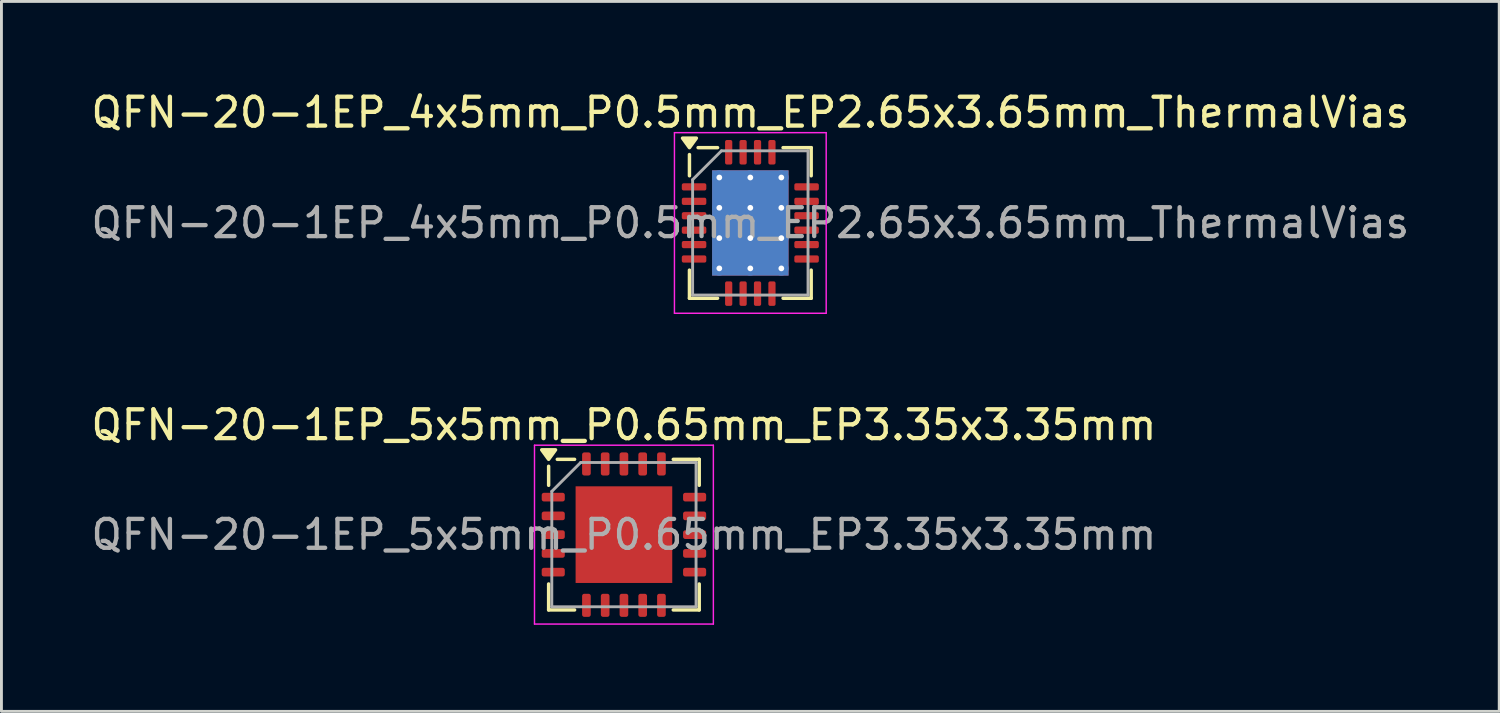
<source format=kicad_pcb>
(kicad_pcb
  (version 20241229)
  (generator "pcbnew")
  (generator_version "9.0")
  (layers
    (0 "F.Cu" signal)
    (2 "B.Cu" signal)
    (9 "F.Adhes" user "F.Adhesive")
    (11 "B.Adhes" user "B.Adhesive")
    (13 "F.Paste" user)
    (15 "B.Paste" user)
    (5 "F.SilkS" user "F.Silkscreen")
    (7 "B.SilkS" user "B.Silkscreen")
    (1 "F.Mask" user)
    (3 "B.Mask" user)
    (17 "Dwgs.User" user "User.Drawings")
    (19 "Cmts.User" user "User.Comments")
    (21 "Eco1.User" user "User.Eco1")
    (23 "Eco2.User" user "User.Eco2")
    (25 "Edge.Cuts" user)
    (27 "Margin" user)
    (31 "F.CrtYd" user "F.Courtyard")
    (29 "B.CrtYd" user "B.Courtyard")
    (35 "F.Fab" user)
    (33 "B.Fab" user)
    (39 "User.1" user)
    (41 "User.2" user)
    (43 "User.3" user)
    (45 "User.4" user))
  (footprint "QFN-20-1EP_4x5mm_P0.5mm_EP2.65x3.65mm_ThermalVias"
    (layer "F.Cu")
    (at 22.958 4.678)
    (property "Reference" "QFN-20-1EP_4x5mm_P0.5mm_EP2.65x3.65mm_ThermalVias" (at 0 -3.83 0) (layer "F.SilkS") (effects (font (size 1 1) (thickness 0.15))))
    (attr smd)
    (fp_line (start -2.11 -1.635) (end -2.11 -2.37) (stroke (width 0.12) (type solid)) (layer "F.SilkS"))
    (fp_line (start -2.11 2.61) (end -2.11 1.635) (stroke (width 0.12) (type solid)) (layer "F.SilkS"))
    (fp_line (start -1.135 -2.61) (end -1.81 -2.61) (stroke (width 0.12) (type solid)) (layer "F.SilkS"))
    (fp_line (start -1.135 2.61) (end -2.11 2.61) (stroke (width 0.12) (type solid)) (layer "F.SilkS"))
    (fp_line (start 1.135 -2.61) (end 2.11 -2.61) (stroke (width 0.12) (type solid)) (layer "F.SilkS"))
    (fp_line (start 1.135 2.61) (end 2.11 2.61) (stroke (width 0.12) (type solid)) (layer "F.SilkS"))
    (fp_line (start 2.11 -2.61) (end 2.11 -1.635) (stroke (width 0.12) (type solid)) (layer "F.SilkS"))
    (fp_line (start 2.11 2.61) (end 2.11 1.635) (stroke (width 0.12) (type solid)) (layer "F.SilkS"))
    (fp_poly (pts (xy -2.11 -2.61) (xy -2.35 -2.94) (xy -1.87 -2.94) (xy -2.11 -2.61)) (stroke (width 0.12) (type solid)) (fill yes) (layer "F.SilkS"))
    (fp_line (start -2.63 -3.13) (end -2.63 3.13) (stroke (width 0.05) (type solid)) (layer "F.CrtYd"))
    (fp_line (start -2.63 3.13) (end 2.63 3.13) (stroke (width 0.05) (type solid)) (layer "F.CrtYd"))
    (fp_line (start 2.63 -3.13) (end -2.63 -3.13) (stroke (width 0.05) (type solid)) (layer "F.CrtYd"))
    (fp_line (start 2.63 3.13) (end 2.63 -3.13) (stroke (width 0.05) (type solid)) (layer "F.CrtYd"))
    (fp_line (start -2 -1.5) (end -1 -2.5) (stroke (width 0.1) (type solid)) (layer "F.Fab"))
    (fp_line (start -2 2.5) (end -2 -1.5) (stroke (width 0.1) (type solid)) (layer "F.Fab"))
    (fp_line (start -1 -2.5) (end 2 -2.5) (stroke (width 0.1) (type solid)) (layer "F.Fab"))
    (fp_line (start 2 -2.5) (end 2 2.5) (stroke (width 0.1) (type solid)) (layer "F.Fab"))
    (fp_line (start 2 2.5) (end -2 2.5) (stroke (width 0.1) (type solid)) (layer "F.Fab"))
    (fp_text user "${REFERENCE}" (at 0 0 0) (layer "F.Fab") (effects (font (size 1 1) (thickness 0.15))))
    (pad "" smd custom (at -0.537 -1.05) (size 0.787 0.787) (layers "F.Paste") (options (anchor circle)) (primitives (gr_poly (pts (xy -0.376 -0.241) (xy -0.281 -0.336) (xy 0.281 -0.336) (xy 0.376 -0.241) (xy 0.376 0.241) (xy 0.281 0.336) (xy -0.281 0.336) (xy -0.376 0.241)) (width 0.23) (fill yes))))
    (pad "" smd custom (at -0.537 0) (size 0.787 0.787) (layers "F.Paste") (options (anchor circle)) (primitives (gr_poly (pts (xy -0.376 -0.241) (xy -0.281 -0.336) (xy 0.281 -0.336) (xy 0.376 -0.241) (xy 0.376 0.241) (xy 0.281 0.336) (xy -0.281 0.336) (xy -0.376 0.241)) (width 0.23) (fill yes))))
    (pad "" smd custom (at -0.537 1.05) (size 0.787 0.787) (layers "F.Paste") (options (anchor circle)) (primitives (gr_poly (pts (xy -0.376 -0.241) (xy -0.281 -0.336) (xy 0.281 -0.336) (xy 0.376 -0.241) (xy 0.376 0.241) (xy 0.281 0.336) (xy -0.281 0.336) (xy -0.376 0.241)) (width 0.23) (fill yes))))
    (pad "" smd custom (at 0.537 -1.05) (size 0.787 0.787) (layers "F.Paste") (options (anchor circle)) (primitives (gr_poly (pts (xy -0.376 -0.241) (xy -0.281 -0.336) (xy 0.281 -0.336) (xy 0.376 -0.241) (xy 0.376 0.241) (xy 0.281 0.336) (xy -0.281 0.336) (xy -0.376 0.241)) (width 0.23) (fill yes))))
    (pad "" smd custom (at 0.537 0) (size 0.787 0.787) (layers "F.Paste") (options (anchor circle)) (primitives (gr_poly (pts (xy -0.376 -0.241) (xy -0.281 -0.336) (xy 0.281 -0.336) (xy 0.376 -0.241) (xy 0.376 0.241) (xy 0.281 0.336) (xy -0.281 0.336) (xy -0.376 0.241)) (width 0.23) (fill yes))))
    (pad "" smd custom (at 0.537 1.05) (size 0.787 0.787) (layers "F.Paste") (options (anchor circle)) (primitives (gr_poly (pts (xy -0.376 -0.241) (xy -0.281 -0.336) (xy 0.281 -0.336) (xy 0.376 -0.241) (xy 0.376 0.241) (xy 0.281 0.336) (xy -0.281 0.336) (xy -0.376 0.241)) (width 0.23) (fill yes))))
    (pad "1" smd roundrect (at -1.95 -1.25) (size 0.85 0.25) (layers "F.Cu" "F.Mask" "F.Paste") (roundrect_rratio 0.25))
    (pad "2" smd roundrect (at -1.95 -0.75) (size 0.85 0.25) (layers "F.Cu" "F.Mask" "F.Paste") (roundrect_rratio 0.25))
    (pad "3" smd roundrect (at -1.95 -0.25) (size 0.85 0.25) (layers "F.Cu" "F.Mask" "F.Paste") (roundrect_rratio 0.25))
    (pad "4" smd roundrect (at -1.95 0.25) (size 0.85 0.25) (layers "F.Cu" "F.Mask" "F.Paste") (roundrect_rratio 0.25))
    (pad "5" smd roundrect (at -1.95 0.75) (size 0.85 0.25) (layers "F.Cu" "F.Mask" "F.Paste") (roundrect_rratio 0.25))
    (pad "6" smd roundrect (at -1.95 1.25) (size 0.85 0.25) (layers "F.Cu" "F.Mask" "F.Paste") (roundrect_rratio 0.25))
    (pad "7" smd roundrect (at -0.75 2.45) (size 0.25 0.85) (layers "F.Cu" "F.Mask" "F.Paste") (roundrect_rratio 0.25))
    (pad "8" smd roundrect (at -0.25 2.45) (size 0.25 0.85) (layers "F.Cu" "F.Mask" "F.Paste") (roundrect_rratio 0.25))
    (pad "9" smd roundrect (at 0.25 2.45) (size 0.25 0.85) (layers "F.Cu" "F.Mask" "F.Paste") (roundrect_rratio 0.25))
    (pad "10" smd roundrect (at 0.75 2.45) (size 0.25 0.85) (layers "F.Cu" "F.Mask" "F.Paste") (roundrect_rratio 0.25))
    (pad "11" smd roundrect (at 1.95 1.25) (size 0.85 0.25) (layers "F.Cu" "F.Mask" "F.Paste") (roundrect_rratio 0.25))
    (pad "12" smd roundrect (at 1.95 0.75) (size 0.85 0.25) (layers "F.Cu" "F.Mask" "F.Paste") (roundrect_rratio 0.25))
    (pad "13" smd roundrect (at 1.95 0.25) (size 0.85 0.25) (layers "F.Cu" "F.Mask" "F.Paste") (roundrect_rratio 0.25))
    (pad "14" smd roundrect (at 1.95 -0.25) (size 0.85 0.25) (layers "F.Cu" "F.Mask" "F.Paste") (roundrect_rratio 0.25))
    (pad "15" smd roundrect (at 1.95 -0.75) (size 0.85 0.25) (layers "F.Cu" "F.Mask" "F.Paste") (roundrect_rratio 0.25))
    (pad "16" smd roundrect (at 1.95 -1.25) (size 0.85 0.25) (layers "F.Cu" "F.Mask" "F.Paste") (roundrect_rratio 0.25))
    (pad "17" smd roundrect (at 0.75 -2.45) (size 0.25 0.85) (layers "F.Cu" "F.Mask" "F.Paste") (roundrect_rratio 0.25))
    (pad "18" smd roundrect (at 0.25 -2.45) (size 0.25 0.85) (layers "F.Cu" "F.Mask" "F.Paste") (roundrect_rratio 0.25))
    (pad "19" smd roundrect (at -0.25 -2.45) (size 0.25 0.85) (layers "F.Cu" "F.Mask" "F.Paste") (roundrect_rratio 0.25))
    (pad "20" smd roundrect (at -0.75 -2.45) (size 0.25 0.85) (layers "F.Cu" "F.Mask" "F.Paste") (roundrect_rratio 0.25))
    (pad "21" thru_hole circle (at -1.075 -1.575) (size 0.5 0.5) (drill 0.2) (property pad_prop_heatsink) (layers "*.Cu"))
    (pad "21" thru_hole circle (at -1.075 -0.525) (size 0.5 0.5) (drill 0.2) (property pad_prop_heatsink) (layers "*.Cu"))
    (pad "21" thru_hole circle (at -1.075 0.525) (size 0.5 0.5) (drill 0.2) (property pad_prop_heatsink) (layers "*.Cu"))
    (pad "21" thru_hole circle (at -1.075 1.575) (size 0.5 0.5) (drill 0.2) (property pad_prop_heatsink) (layers "*.Cu"))
    (pad "21" thru_hole circle (at 0 -1.575) (size 0.5 0.5) (drill 0.2) (property pad_prop_heatsink) (layers "*.Cu"))
    (pad "21" thru_hole circle (at 0 -0.525) (size 0.5 0.5) (drill 0.2) (property pad_prop_heatsink) (layers "*.Cu"))
    (pad "21" smd rect (at 0 0) (size 2.65 3.65) (property pad_prop_heatsink) (layers "F.Cu" "F.Mask"))
    (pad "21" smd rect (at 0 0) (size 2.65 3.65) (property pad_prop_heatsink) (layers "B.Cu"))
    (pad "21" thru_hole circle (at 0 0.525) (size 0.5 0.5) (drill 0.2) (property pad_prop_heatsink) (layers "*.Cu"))
    (pad "21" thru_hole circle (at 0 1.575) (size 0.5 0.5) (drill 0.2) (property pad_prop_heatsink) (layers "*.Cu"))
    (pad "21" thru_hole circle (at 1.075 -1.575) (size 0.5 0.5) (drill 0.2) (property pad_prop_heatsink) (layers "*.Cu"))
    (pad "21" thru_hole circle (at 1.075 -0.525) (size 0.5 0.5) (drill 0.2) (property pad_prop_heatsink) (layers "*.Cu"))
    (pad "21" thru_hole circle (at 1.075 0.525) (size 0.5 0.5) (drill 0.2) (property pad_prop_heatsink) (layers "*.Cu"))
    (pad "21" thru_hole circle (at 1.075 1.575) (size 0.5 0.5) (drill 0.2) (property pad_prop_heatsink) (layers "*.Cu")))
  (footprint "QFN-20-1EP_5x5mm_P0.65mm_EP3.35x3.35mm"
    (layer "F.Cu")
    (at 18.577 15.482)
    (property "Reference" "QFN-20-1EP_5x5mm_P0.65mm_EP3.35x3.35mm" (at 0 -3.8 0) (layer "F.SilkS") (effects (font (size 1 1) (thickness 0.15))))
    (attr smd)
    (fp_line (start -2.61 -1.71) (end -2.61 -2.37) (stroke (width 0.12) (type solid)) (layer "F.SilkS"))
    (fp_line (start -2.61 2.61) (end -2.61 1.71) (stroke (width 0.12) (type solid)) (layer "F.SilkS"))
    (fp_line (start -1.71 -2.61) (end -2.31 -2.61) (stroke (width 0.12) (type solid)) (layer "F.SilkS"))
    (fp_line (start -1.71 2.61) (end -2.61 2.61) (stroke (width 0.12) (type solid)) (layer "F.SilkS"))
    (fp_line (start 1.71 -2.61) (end 2.61 -2.61) (stroke (width 0.12) (type solid)) (layer "F.SilkS"))
    (fp_line (start 1.71 2.61) (end 2.61 2.61) (stroke (width 0.12) (type solid)) (layer "F.SilkS"))
    (fp_line (start 2.61 -2.61) (end 2.61 -1.71) (stroke (width 0.12) (type solid)) (layer "F.SilkS"))
    (fp_line (start 2.61 2.61) (end 2.61 1.71) (stroke (width 0.12) (type solid)) (layer "F.SilkS"))
    (fp_poly (pts (xy -2.61 -2.61) (xy -2.85 -2.94) (xy -2.37 -2.94) (xy -2.61 -2.61)) (stroke (width 0.12) (type solid)) (fill yes) (layer "F.SilkS"))
    (fp_line (start -3.1 -3.1) (end -3.1 3.1) (stroke (width 0.05) (type solid)) (layer "F.CrtYd"))
    (fp_line (start -3.1 3.1) (end 3.1 3.1) (stroke (width 0.05) (type solid)) (layer "F.CrtYd"))
    (fp_line (start 3.1 -3.1) (end -3.1 -3.1) (stroke (width 0.05) (type solid)) (layer "F.CrtYd"))
    (fp_line (start 3.1 3.1) (end 3.1 -3.1) (stroke (width 0.05) (type solid)) (layer "F.CrtYd"))
    (fp_line (start -2.5 -1.5) (end -1.5 -2.5) (stroke (width 0.1) (type solid)) (layer "F.Fab"))
    (fp_line (start -2.5 2.5) (end -2.5 -1.5) (stroke (width 0.1) (type solid)) (layer "F.Fab"))
    (fp_line (start -1.5 -2.5) (end 2.5 -2.5) (stroke (width 0.1) (type solid)) (layer "F.Fab"))
    (fp_line (start 2.5 -2.5) (end 2.5 2.5) (stroke (width 0.1) (type solid)) (layer "F.Fab"))
    (fp_line (start 2.5 2.5) (end -2.5 2.5) (stroke (width 0.1) (type solid)) (layer "F.Fab"))
    (fp_text user "${REFERENCE}" (at 0 0 0) (layer "F.Fab") (effects (font (size 1 1) (thickness 0.15))))
    (pad "" smd roundrect (at -0.84 -0.84) (size 1.35 1.35) (layers "F.Paste") (roundrect_rratio 0.185))
    (pad "" smd roundrect (at -0.84 0.84) (size 1.35 1.35) (layers "F.Paste") (roundrect_rratio 0.185))
    (pad "" smd roundrect (at 0.84 -0.84) (size 1.35 1.35) (layers "F.Paste") (roundrect_rratio 0.185))
    (pad "" smd roundrect (at 0.84 0.84) (size 1.35 1.35) (layers "F.Paste") (roundrect_rratio 0.185))
    (pad "1" smd roundrect (at -2.45 -1.3) (size 0.8 0.3) (layers "F.Cu" "F.Mask" "F.Paste") (roundrect_rratio 0.25))
    (pad "2" smd roundrect (at -2.45 -0.65) (size 0.8 0.3) (layers "F.Cu" "F.Mask" "F.Paste") (roundrect_rratio 0.25))
    (pad "3" smd roundrect (at -2.45 0) (size 0.8 0.3) (layers "F.Cu" "F.Mask" "F.Paste") (roundrect_rratio 0.25))
    (pad "4" smd roundrect (at -2.45 0.65) (size 0.8 0.3) (layers "F.Cu" "F.Mask" "F.Paste") (roundrect_rratio 0.25))
    (pad "5" smd roundrect (at -2.45 1.3) (size 0.8 0.3) (layers "F.Cu" "F.Mask" "F.Paste") (roundrect_rratio 0.25))
    (pad "6" smd roundrect (at -1.3 2.45) (size 0.3 0.8) (layers "F.Cu" "F.Mask" "F.Paste") (roundrect_rratio 0.25))
    (pad "7" smd roundrect (at -0.65 2.45) (size 0.3 0.8) (layers "F.Cu" "F.Mask" "F.Paste") (roundrect_rratio 0.25))
    (pad "8" smd roundrect (at 0 2.45) (size 0.3 0.8) (layers "F.Cu" "F.Mask" "F.Paste") (roundrect_rratio 0.25))
    (pad "9" smd roundrect (at 0.65 2.45) (size 0.3 0.8) (layers "F.Cu" "F.Mask" "F.Paste") (roundrect_rratio 0.25))
    (pad "10" smd roundrect (at 1.3 2.45) (size 0.3 0.8) (layers "F.Cu" "F.Mask" "F.Paste") (roundrect_rratio 0.25))
    (pad "11" smd roundrect (at 2.45 1.3) (size 0.8 0.3) (layers "F.Cu" "F.Mask" "F.Paste") (roundrect_rratio 0.25))
    (pad "12" smd roundrect (at 2.45 0.65) (size 0.8 0.3) (layers "F.Cu" "F.Mask" "F.Paste") (roundrect_rratio 0.25))
    (pad "13" smd roundrect (at 2.45 0) (size 0.8 0.3) (layers "F.Cu" "F.Mask" "F.Paste") (roundrect_rratio 0.25))
    (pad "14" smd roundrect (at 2.45 -0.65) (size 0.8 0.3) (layers "F.Cu" "F.Mask" "F.Paste") (roundrect_rratio 0.25))
    (pad "15" smd roundrect (at 2.45 -1.3) (size 0.8 0.3) (layers "F.Cu" "F.Mask" "F.Paste") (roundrect_rratio 0.25))
    (pad "16" smd roundrect (at 1.3 -2.45) (size 0.3 0.8) (layers "F.Cu" "F.Mask" "F.Paste") (roundrect_rratio 0.25))
    (pad "17" smd roundrect (at 0.65 -2.45) (size 0.3 0.8) (layers "F.Cu" "F.Mask" "F.Paste") (roundrect_rratio 0.25))
    (pad "18" smd roundrect (at 0 -2.45) (size 0.3 0.8) (layers "F.Cu" "F.Mask" "F.Paste") (roundrect_rratio 0.25))
    (pad "19" smd roundrect (at -0.65 -2.45) (size 0.3 0.8) (layers "F.Cu" "F.Mask" "F.Paste") (roundrect_rratio 0.25))
    (pad "20" smd roundrect (at -1.3 -2.45) (size 0.3 0.8) (layers "F.Cu" "F.Mask" "F.Paste") (roundrect_rratio 0.25))
    (pad "21" smd rect (at 0 0) (size 3.35 3.35) (property pad_prop_heatsink) (layers "F.Cu" "F.Mask")))
  (gr_rect
    (start -3 -3)
    (end 48.917 21.607)
    (stroke (width 0.1) (type default))
    (fill no)
    (layer "Edge.Cuts")))
</source>
